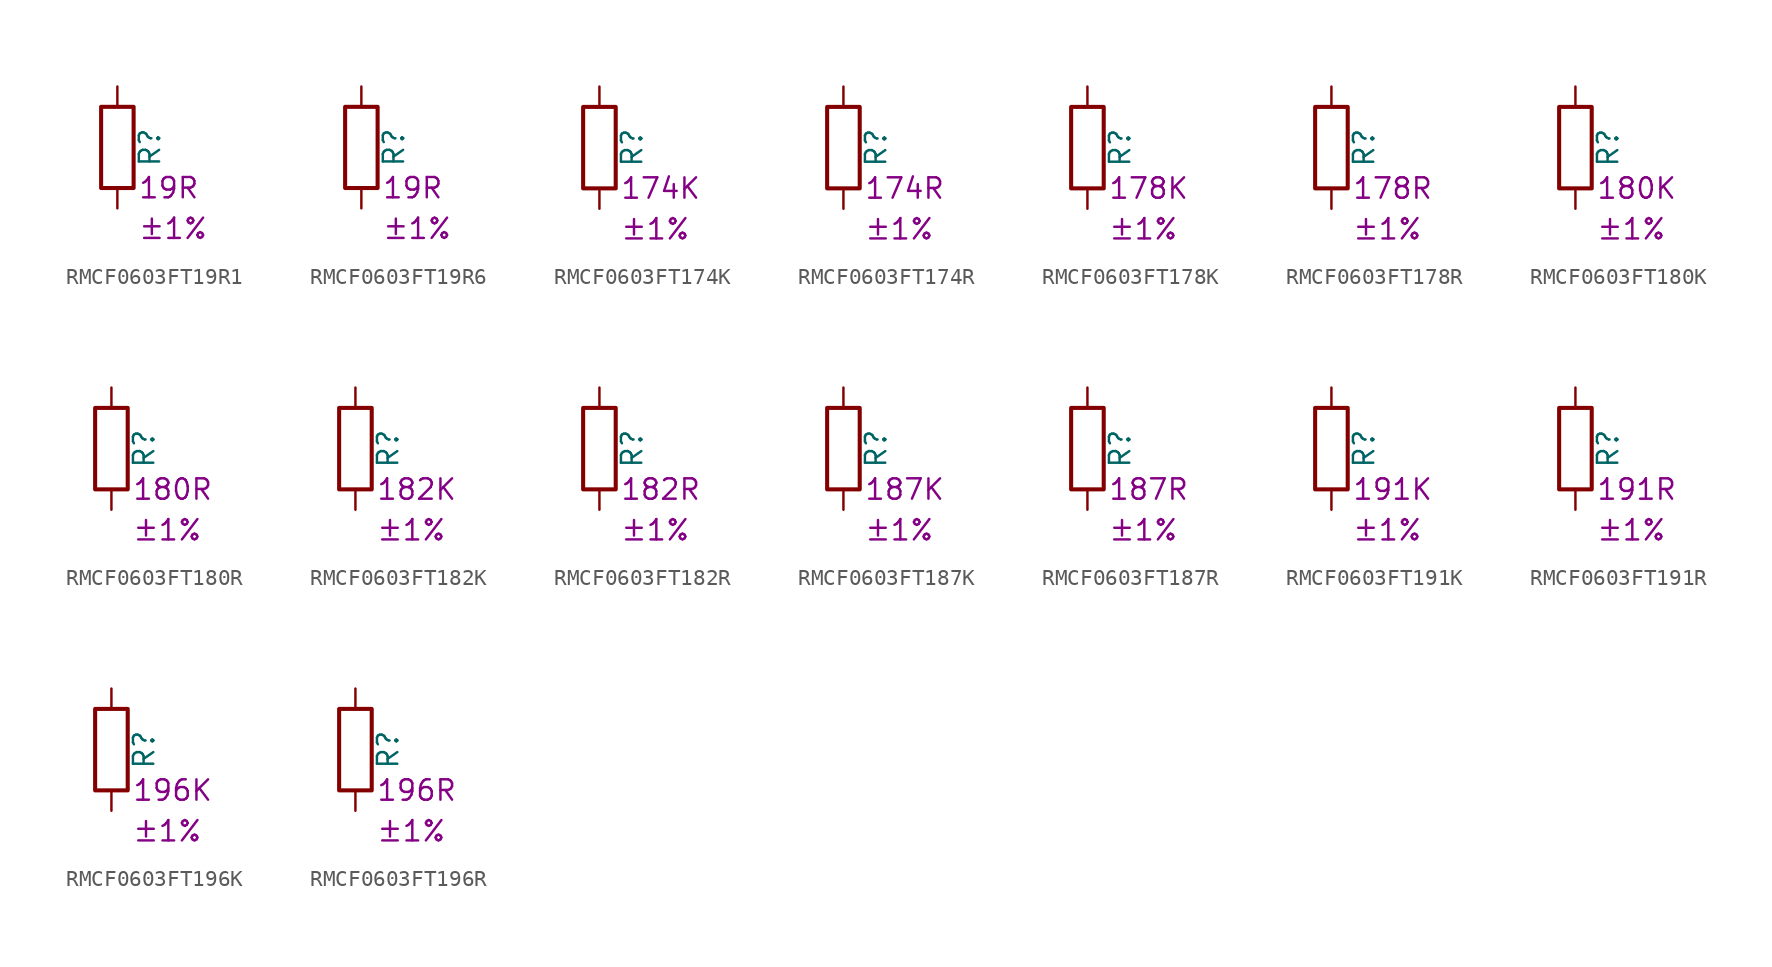
<source format=kicad_sym>
(kicad_symbol_lib
  (version 20220914)
  (generator kicad_symbol_editor)
  (symbol "RMCF0603FT19R1"
    (pin_numbers hide)
    (pin_names
      (offset 0))
    (property "Reference" "R"
      (at 2.032 0 90)
      (effects (font (size 1.27 1.27))))
    (property "Resistance" "19R"
      (at 1.27 -2.54 0)
      (effects (font (size 1.27 1.27)) (justify left)))
    (property "Tolerance" "±1%"
      (at 1.27 -5.08 0)
      (effects (font (size 1.27 1.27)) (justify left)))
    (symbol "RMCF0603FT19R1_0_1"
      (rectangle (start -1.016 -2.54) (end 1.016 2.54) (stroke (width 0.254) (type default)) (fill (type none))))
    (symbol "RMCF0603FT19R1_1_1"
      (pin passive line (at 0 3.81 270) (length 1.27) (name "~" (effects (font (size 1.27 1.27)))) (number "1" (effects (font (size 1.27 1.27)))))
      (pin passive line (at 0 -3.81 90) (length 1.27) (name "~" (effects (font (size 1.27 1.27)))) (number "2" (effects (font (size 1.27 1.27)))))))
  (symbol "RMCF0603FT19R6"
    (pin_numbers hide)
    (pin_names
      (offset 0))
    (property "Reference" "R"
      (at 2.032 0 90)
      (effects (font (size 1.27 1.27))))
    (property "Resistance" "19R"
      (at 1.27 -2.54 0)
      (effects (font (size 1.27 1.27)) (justify left)))
    (property "Tolerance" "±1%"
      (at 1.27 -5.08 0)
      (effects (font (size 1.27 1.27)) (justify left)))
    (symbol "RMCF0603FT19R6_0_1"
      (rectangle (start -1.016 -2.54) (end 1.016 2.54) (stroke (width 0.254) (type default)) (fill (type none))))
    (symbol "RMCF0603FT19R6_1_1"
      (pin passive line (at 0 3.81 270) (length 1.27) (name "~" (effects (font (size 1.27 1.27)))) (number "1" (effects (font (size 1.27 1.27)))))
      (pin passive line (at 0 -3.81 90) (length 1.27) (name "~" (effects (font (size 1.27 1.27)))) (number "2" (effects (font (size 1.27 1.27)))))))
  (symbol "RMCF0603FT174K"
    (pin_numbers hide)
    (pin_names
      (offset 0))
    (property "Reference" "R"
      (at 2.032 0 90)
      (effects (font (size 1.27 1.27))))
    (property "Resistance" "174K"
      (at 1.27 -2.54 0)
      (effects (font (size 1.27 1.27)) (justify left)))
    (property "Tolerance" "±1%"
      (at 1.27 -5.08 0)
      (effects (font (size 1.27 1.27)) (justify left)))
    (symbol "RMCF0603FT174K_0_1"
      (rectangle (start -1.016 -2.54) (end 1.016 2.54) (stroke (width 0.254) (type default)) (fill (type none))))
    (symbol "RMCF0603FT174K_1_1"
      (pin passive line (at 0 3.81 270) (length 1.27) (name "~" (effects (font (size 1.27 1.27)))) (number "1" (effects (font (size 1.27 1.27)))))
      (pin passive line (at 0 -3.81 90) (length 1.27) (name "~" (effects (font (size 1.27 1.27)))) (number "2" (effects (font (size 1.27 1.27)))))))
  (symbol "RMCF0603FT174R"
    (pin_numbers hide)
    (pin_names
      (offset 0))
    (property "Reference" "R"
      (at 2.032 0 90)
      (effects (font (size 1.27 1.27))))
    (property "Resistance" "174R"
      (at 1.27 -2.54 0)
      (effects (font (size 1.27 1.27)) (justify left)))
    (property "Tolerance" "±1%"
      (at 1.27 -5.08 0)
      (effects (font (size 1.27 1.27)) (justify left)))
    (symbol "RMCF0603FT174R_0_1"
      (rectangle (start -1.016 -2.54) (end 1.016 2.54) (stroke (width 0.254) (type default)) (fill (type none))))
    (symbol "RMCF0603FT174R_1_1"
      (pin passive line (at 0 3.81 270) (length 1.27) (name "~" (effects (font (size 1.27 1.27)))) (number "1" (effects (font (size 1.27 1.27)))))
      (pin passive line (at 0 -3.81 90) (length 1.27) (name "~" (effects (font (size 1.27 1.27)))) (number "2" (effects (font (size 1.27 1.27)))))))
  (symbol "RMCF0603FT178K"
    (pin_numbers hide)
    (pin_names
      (offset 0))
    (property "Reference" "R"
      (at 2.032 0 90)
      (effects (font (size 1.27 1.27))))
    (property "Resistance" "178K"
      (at 1.27 -2.54 0)
      (effects (font (size 1.27 1.27)) (justify left)))
    (property "Tolerance" "±1%"
      (at 1.27 -5.08 0)
      (effects (font (size 1.27 1.27)) (justify left)))
    (symbol "RMCF0603FT178K_0_1"
      (rectangle (start -1.016 -2.54) (end 1.016 2.54) (stroke (width 0.254) (type default)) (fill (type none))))
    (symbol "RMCF0603FT178K_1_1"
      (pin passive line (at 0 3.81 270) (length 1.27) (name "~" (effects (font (size 1.27 1.27)))) (number "1" (effects (font (size 1.27 1.27)))))
      (pin passive line (at 0 -3.81 90) (length 1.27) (name "~" (effects (font (size 1.27 1.27)))) (number "2" (effects (font (size 1.27 1.27)))))))
  (symbol "RMCF0603FT178R"
    (pin_numbers hide)
    (pin_names
      (offset 0))
    (property "Reference" "R"
      (at 2.032 0 90)
      (effects (font (size 1.27 1.27))))
    (property "Resistance" "178R"
      (at 1.27 -2.54 0)
      (effects (font (size 1.27 1.27)) (justify left)))
    (property "Tolerance" "±1%"
      (at 1.27 -5.08 0)
      (effects (font (size 1.27 1.27)) (justify left)))
    (symbol "RMCF0603FT178R_0_1"
      (rectangle (start -1.016 -2.54) (end 1.016 2.54) (stroke (width 0.254) (type default)) (fill (type none))))
    (symbol "RMCF0603FT178R_1_1"
      (pin passive line (at 0 3.81 270) (length 1.27) (name "~" (effects (font (size 1.27 1.27)))) (number "1" (effects (font (size 1.27 1.27)))))
      (pin passive line (at 0 -3.81 90) (length 1.27) (name "~" (effects (font (size 1.27 1.27)))) (number "2" (effects (font (size 1.27 1.27)))))))
  (symbol "RMCF0603FT180K"
    (pin_numbers hide)
    (pin_names
      (offset 0))
    (property "Reference" "R"
      (at 2.032 0 90)
      (effects (font (size 1.27 1.27))))
    (property "Resistance" "180K"
      (at 1.27 -2.54 0)
      (effects (font (size 1.27 1.27)) (justify left)))
    (property "Tolerance" "±1%"
      (at 1.27 -5.08 0)
      (effects (font (size 1.27 1.27)) (justify left)))
    (symbol "RMCF0603FT180K_0_1"
      (rectangle (start -1.016 -2.54) (end 1.016 2.54) (stroke (width 0.254) (type default)) (fill (type none))))
    (symbol "RMCF0603FT180K_1_1"
      (pin passive line (at 0 3.81 270) (length 1.27) (name "~" (effects (font (size 1.27 1.27)))) (number "1" (effects (font (size 1.27 1.27)))))
      (pin passive line (at 0 -3.81 90) (length 1.27) (name "~" (effects (font (size 1.27 1.27)))) (number "2" (effects (font (size 1.27 1.27)))))))
  (symbol "RMCF0603FT180R"
    (pin_numbers hide)
    (pin_names
      (offset 0))
    (property "Reference" "R"
      (at 2.032 0 90)
      (effects (font (size 1.27 1.27))))
    (property "Resistance" "180R"
      (at 1.27 -2.54 0)
      (effects (font (size 1.27 1.27)) (justify left)))
    (property "Tolerance" "±1%"
      (at 1.27 -5.08 0)
      (effects (font (size 1.27 1.27)) (justify left)))
    (symbol "RMCF0603FT180R_0_1"
      (rectangle (start -1.016 -2.54) (end 1.016 2.54) (stroke (width 0.254) (type default)) (fill (type none))))
    (symbol "RMCF0603FT180R_1_1"
      (pin passive line (at 0 3.81 270) (length 1.27) (name "~" (effects (font (size 1.27 1.27)))) (number "1" (effects (font (size 1.27 1.27)))))
      (pin passive line (at 0 -3.81 90) (length 1.27) (name "~" (effects (font (size 1.27 1.27)))) (number "2" (effects (font (size 1.27 1.27)))))))
  (symbol "RMCF0603FT182K"
    (pin_numbers hide)
    (pin_names
      (offset 0))
    (property "Reference" "R"
      (at 2.032 0 90)
      (effects (font (size 1.27 1.27))))
    (property "Resistance" "182K"
      (at 1.27 -2.54 0)
      (effects (font (size 1.27 1.27)) (justify left)))
    (property "Tolerance" "±1%"
      (at 1.27 -5.08 0)
      (effects (font (size 1.27 1.27)) (justify left)))
    (symbol "RMCF0603FT182K_0_1"
      (rectangle (start -1.016 -2.54) (end 1.016 2.54) (stroke (width 0.254) (type default)) (fill (type none))))
    (symbol "RMCF0603FT182K_1_1"
      (pin passive line (at 0 3.81 270) (length 1.27) (name "~" (effects (font (size 1.27 1.27)))) (number "1" (effects (font (size 1.27 1.27)))))
      (pin passive line (at 0 -3.81 90) (length 1.27) (name "~" (effects (font (size 1.27 1.27)))) (number "2" (effects (font (size 1.27 1.27)))))))
  (symbol "RMCF0603FT182R"
    (pin_numbers hide)
    (pin_names
      (offset 0))
    (property "Reference" "R"
      (at 2.032 0 90)
      (effects (font (size 1.27 1.27))))
    (property "Resistance" "182R"
      (at 1.27 -2.54 0)
      (effects (font (size 1.27 1.27)) (justify left)))
    (property "Tolerance" "±1%"
      (at 1.27 -5.08 0)
      (effects (font (size 1.27 1.27)) (justify left)))
    (symbol "RMCF0603FT182R_0_1"
      (rectangle (start -1.016 -2.54) (end 1.016 2.54) (stroke (width 0.254) (type default)) (fill (type none))))
    (symbol "RMCF0603FT182R_1_1"
      (pin passive line (at 0 3.81 270) (length 1.27) (name "~" (effects (font (size 1.27 1.27)))) (number "1" (effects (font (size 1.27 1.27)))))
      (pin passive line (at 0 -3.81 90) (length 1.27) (name "~" (effects (font (size 1.27 1.27)))) (number "2" (effects (font (size 1.27 1.27)))))))
  (symbol "RMCF0603FT187K"
    (pin_numbers hide)
    (pin_names
      (offset 0))
    (property "Reference" "R"
      (at 2.032 0 90)
      (effects (font (size 1.27 1.27))))
    (property "Resistance" "187K"
      (at 1.27 -2.54 0)
      (effects (font (size 1.27 1.27)) (justify left)))
    (property "Tolerance" "±1%"
      (at 1.27 -5.08 0)
      (effects (font (size 1.27 1.27)) (justify left)))
    (symbol "RMCF0603FT187K_0_1"
      (rectangle (start -1.016 -2.54) (end 1.016 2.54) (stroke (width 0.254) (type default)) (fill (type none))))
    (symbol "RMCF0603FT187K_1_1"
      (pin passive line (at 0 3.81 270) (length 1.27) (name "~" (effects (font (size 1.27 1.27)))) (number "1" (effects (font (size 1.27 1.27)))))
      (pin passive line (at 0 -3.81 90) (length 1.27) (name "~" (effects (font (size 1.27 1.27)))) (number "2" (effects (font (size 1.27 1.27)))))))
  (symbol "RMCF0603FT187R"
    (pin_numbers hide)
    (pin_names
      (offset 0))
    (property "Reference" "R"
      (at 2.032 0 90)
      (effects (font (size 1.27 1.27))))
    (property "Resistance" "187R"
      (at 1.27 -2.54 0)
      (effects (font (size 1.27 1.27)) (justify left)))
    (property "Tolerance" "±1%"
      (at 1.27 -5.08 0)
      (effects (font (size 1.27 1.27)) (justify left)))
    (symbol "RMCF0603FT187R_0_1"
      (rectangle (start -1.016 -2.54) (end 1.016 2.54) (stroke (width 0.254) (type default)) (fill (type none))))
    (symbol "RMCF0603FT187R_1_1"
      (pin passive line (at 0 3.81 270) (length 1.27) (name "~" (effects (font (size 1.27 1.27)))) (number "1" (effects (font (size 1.27 1.27)))))
      (pin passive line (at 0 -3.81 90) (length 1.27) (name "~" (effects (font (size 1.27 1.27)))) (number "2" (effects (font (size 1.27 1.27)))))))
  (symbol "RMCF0603FT191K"
    (pin_numbers hide)
    (pin_names
      (offset 0))
    (property "Reference" "R"
      (at 2.032 0 90)
      (effects (font (size 1.27 1.27))))
    (property "Resistance" "191K"
      (at 1.27 -2.54 0)
      (effects (font (size 1.27 1.27)) (justify left)))
    (property "Tolerance" "±1%"
      (at 1.27 -5.08 0)
      (effects (font (size 1.27 1.27)) (justify left)))
    (symbol "RMCF0603FT191K_0_1"
      (rectangle (start -1.016 -2.54) (end 1.016 2.54) (stroke (width 0.254) (type default)) (fill (type none))))
    (symbol "RMCF0603FT191K_1_1"
      (pin passive line (at 0 3.81 270) (length 1.27) (name "~" (effects (font (size 1.27 1.27)))) (number "1" (effects (font (size 1.27 1.27)))))
      (pin passive line (at 0 -3.81 90) (length 1.27) (name "~" (effects (font (size 1.27 1.27)))) (number "2" (effects (font (size 1.27 1.27)))))))
  (symbol "RMCF0603FT191R"
    (pin_numbers hide)
    (pin_names
      (offset 0))
    (property "Reference" "R"
      (at 2.032 0 90)
      (effects (font (size 1.27 1.27))))
    (property "Resistance" "191R"
      (at 1.27 -2.54 0)
      (effects (font (size 1.27 1.27)) (justify left)))
    (property "Tolerance" "±1%"
      (at 1.27 -5.08 0)
      (effects (font (size 1.27 1.27)) (justify left)))
    (symbol "RMCF0603FT191R_0_1"
      (rectangle (start -1.016 -2.54) (end 1.016 2.54) (stroke (width 0.254) (type default)) (fill (type none))))
    (symbol "RMCF0603FT191R_1_1"
      (pin passive line (at 0 3.81 270) (length 1.27) (name "~" (effects (font (size 1.27 1.27)))) (number "1" (effects (font (size 1.27 1.27)))))
      (pin passive line (at 0 -3.81 90) (length 1.27) (name "~" (effects (font (size 1.27 1.27)))) (number "2" (effects (font (size 1.27 1.27)))))))
  (symbol "RMCF0603FT196K"
    (pin_numbers hide)
    (pin_names
      (offset 0))
    (property "Reference" "R"
      (at 2.032 0 90)
      (effects (font (size 1.27 1.27))))
    (property "Resistance" "196K"
      (at 1.27 -2.54 0)
      (effects (font (size 1.27 1.27)) (justify left)))
    (property "Tolerance" "±1%"
      (at 1.27 -5.08 0)
      (effects (font (size 1.27 1.27)) (justify left)))
    (symbol "RMCF0603FT196K_0_1"
      (rectangle (start -1.016 -2.54) (end 1.016 2.54) (stroke (width 0.254) (type default)) (fill (type none))))
    (symbol "RMCF0603FT196K_1_1"
      (pin passive line (at 0 3.81 270) (length 1.27) (name "~" (effects (font (size 1.27 1.27)))) (number "1" (effects (font (size 1.27 1.27)))))
      (pin passive line (at 0 -3.81 90) (length 1.27) (name "~" (effects (font (size 1.27 1.27)))) (number "2" (effects (font (size 1.27 1.27)))))))
  (symbol "RMCF0603FT196R"
    (pin_numbers hide)
    (pin_names
      (offset 0))
    (property "Reference" "R"
      (at 2.032 0 90)
      (effects (font (size 1.27 1.27))))
    (property "Resistance" "196R"
      (at 1.27 -2.54 0)
      (effects (font (size 1.27 1.27)) (justify left)))
    (property "Tolerance" "±1%"
      (at 1.27 -5.08 0)
      (effects (font (size 1.27 1.27)) (justify left)))
    (symbol "RMCF0603FT196R_0_1"
      (rectangle (start -1.016 -2.54) (end 1.016 2.54) (stroke (width 0.254) (type default)) (fill (type none))))
    (symbol "RMCF0603FT196R_1_1"
      (pin passive line (at 0 3.81 270) (length 1.27) (name "~" (effects (font (size 1.27 1.27)))) (number "1" (effects (font (size 1.27 1.27)))))
      (pin passive line (at 0 -3.81 90) (length 1.27) (name "~" (effects (font (size 1.27 1.27)))) (number "2" (effects (font (size 1.27 1.27))))))))
</source>
